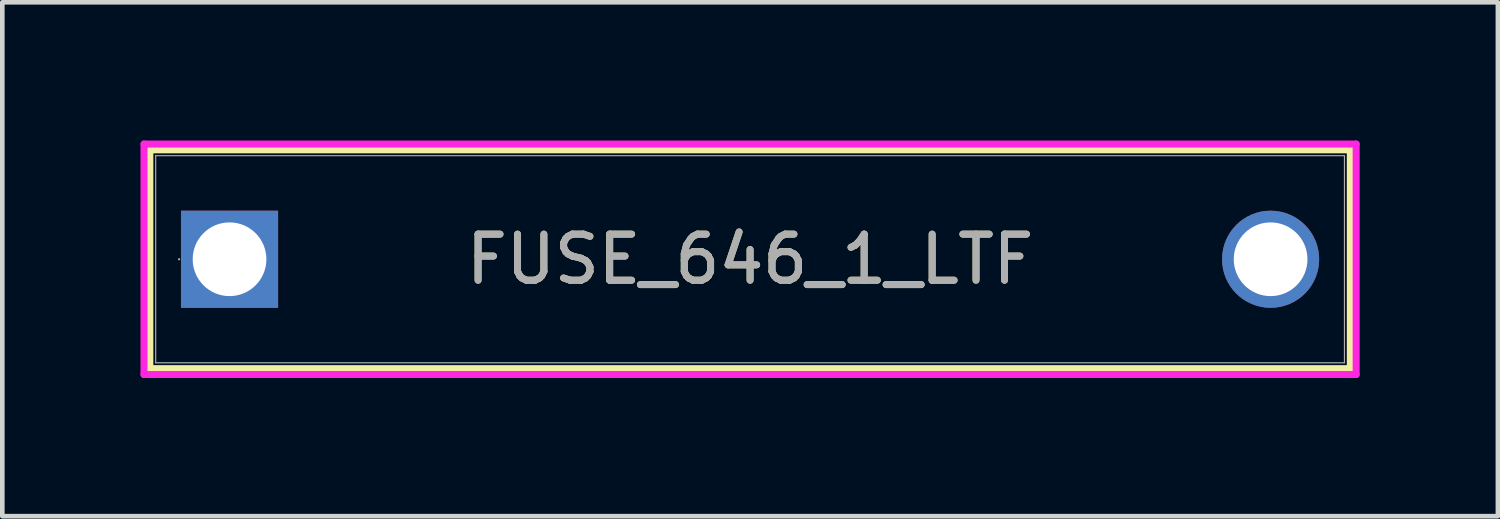
<source format=kicad_pcb>
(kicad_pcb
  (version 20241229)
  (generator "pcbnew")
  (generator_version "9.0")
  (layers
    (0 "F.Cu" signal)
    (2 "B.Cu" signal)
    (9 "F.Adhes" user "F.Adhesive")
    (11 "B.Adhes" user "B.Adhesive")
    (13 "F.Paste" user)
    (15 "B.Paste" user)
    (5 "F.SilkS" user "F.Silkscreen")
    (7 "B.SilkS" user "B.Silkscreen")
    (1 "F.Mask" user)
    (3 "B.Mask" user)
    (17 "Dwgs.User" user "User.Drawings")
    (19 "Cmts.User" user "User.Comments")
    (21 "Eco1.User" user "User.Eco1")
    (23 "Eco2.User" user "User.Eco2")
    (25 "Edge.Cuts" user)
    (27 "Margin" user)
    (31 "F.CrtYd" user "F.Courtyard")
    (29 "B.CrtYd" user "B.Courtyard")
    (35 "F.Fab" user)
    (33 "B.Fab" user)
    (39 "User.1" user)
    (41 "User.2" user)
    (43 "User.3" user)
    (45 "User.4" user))
  (footprint "FUSE_646_1_LTF"
    (layer "F.Cu")
    (at 1.933 2.578)
    (property "Reference" "FUSE_646_1_LTF" (at 11.3 0 0) (unlocked yes) (layer "F.SilkS") (effects (font (size 1 1) (thickness 0.15))))
    (attr through_hole)
    (fp_line (start -1.73 -2.375) (end -1.73 2.375) (stroke (width 0.152) (type solid)) (layer "F.SilkS"))
    (fp_line (start 24.33 -2.375) (end -1.73 -2.375) (stroke (width 0.152) (type solid)) (layer "F.SilkS"))
    (fp_line (start 24.33 -2.375) (end 24.33 2.375) (stroke (width 0.152) (type solid)) (layer "F.SilkS"))
    (fp_line (start 24.33 2.375) (end -1.73 2.375) (stroke (width 0.152) (type solid)) (layer "F.SilkS"))
    (fp_line (start -1.857 -2.502) (end 24.457 -2.502) (stroke (width 0.152) (type solid)) (layer "F.CrtYd"))
    (fp_line (start -1.857 2.502) (end -1.857 -2.502) (stroke (width 0.152) (type solid)) (layer "F.CrtYd"))
    (fp_line (start 24.457 -2.502) (end 24.457 2.502) (stroke (width 0.152) (type solid)) (layer "F.CrtYd"))
    (fp_line (start 24.457 2.502) (end -1.857 2.502) (stroke (width 0.152) (type solid)) (layer "F.CrtYd"))
    (fp_line (start -1.603 -2.248) (end -1.603 2.248) (stroke (width 0.025) (type solid)) (layer "F.Fab"))
    (fp_line (start 24.203 -2.248) (end -1.603 -2.248) (stroke (width 0.025) (type solid)) (layer "F.Fab"))
    (fp_line (start 24.203 -2.248) (end 24.203 2.248) (stroke (width 0.025) (type solid)) (layer "F.Fab"))
    (fp_line (start 24.203 2.248) (end -1.603 2.248) (stroke (width 0.025) (type solid)) (layer "F.Fab"))
    (fp_circle (center -1.095 0) (end -1.095 0) (stroke (width 0.025) (type solid)) (fill no) (layer "F.Fab"))
    (fp_text user "${REFERENCE}" (at 11.3 0 0) (unlocked yes) (layer "F.Fab") (effects (font (size 1 1) (thickness 0.15))))
    (pad "1" thru_hole rect (at 0 0) (size 2.108 2.108) (drill 1.6) (layers "*.Cu" "*.Mask"))
    (pad "2" thru_hole circle (at 22.6 0) (size 2.108 2.108) (drill 1.6) (layers "*.Cu" "*.Mask")))
  (gr_rect
    (start -3 -3)
    (end 29.467 8.156)
    (stroke (width 0.1) (type default))
    (fill no)
    (layer "Edge.Cuts")))
</source>
